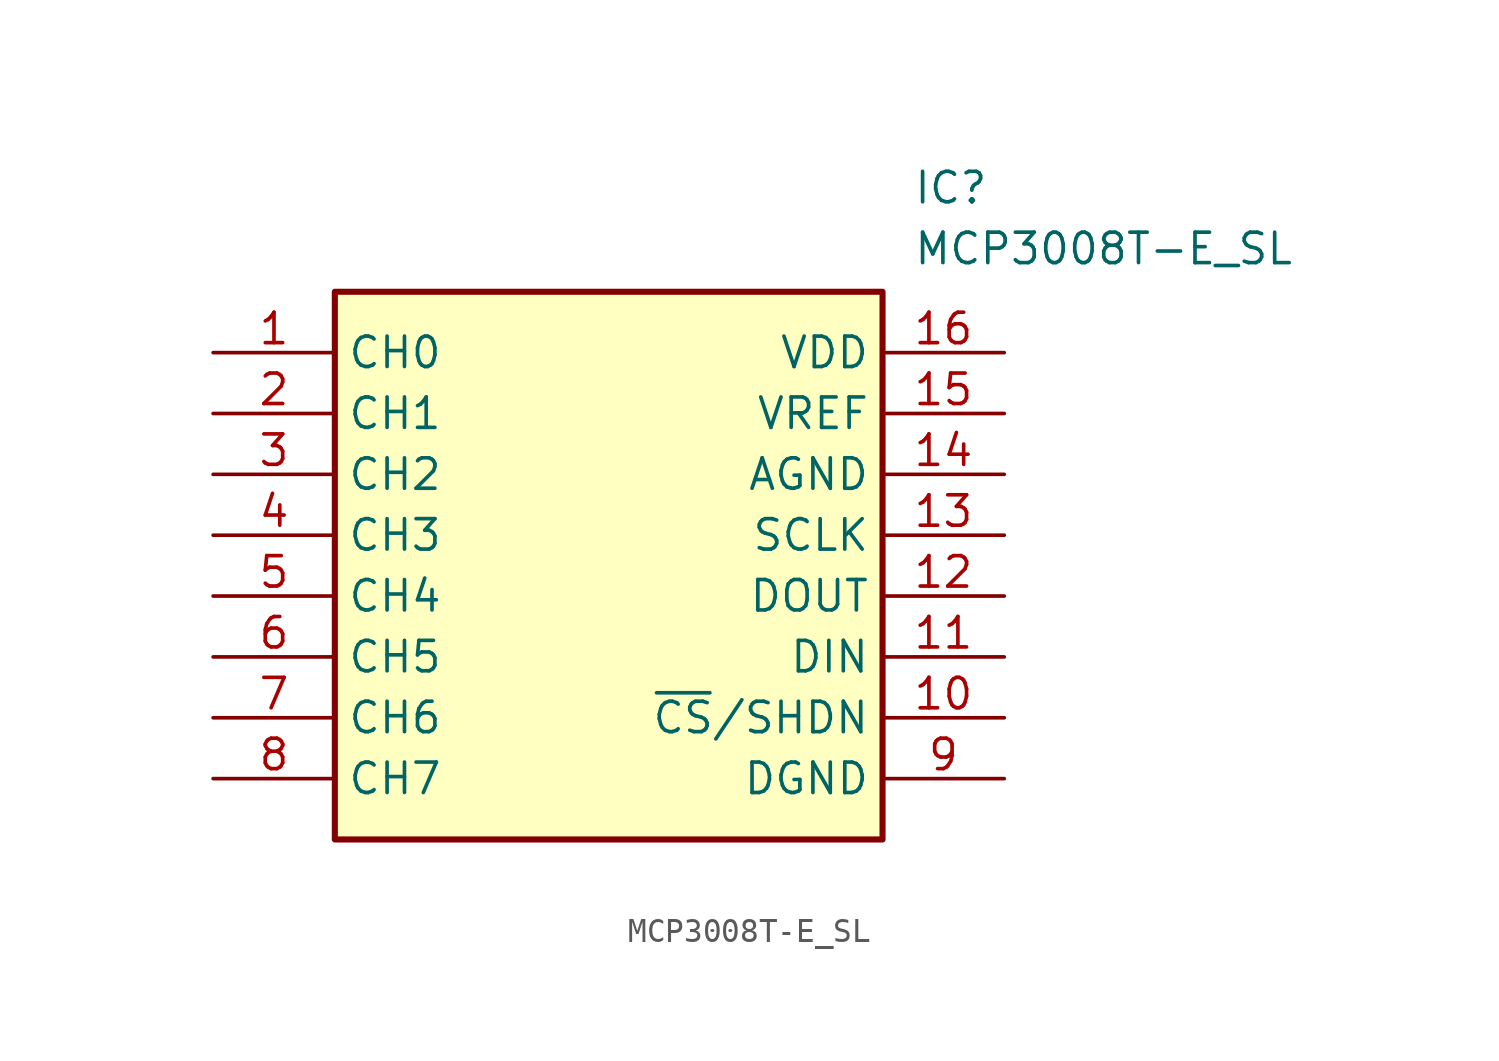
<source format=kicad_sym>
(kicad_symbol_lib
  (version 20211014)
  (generator SamacSys_ECAD_Model)
  (symbol "MCP3008T-E_SL"
    (property "Reference" "IC"
      (at 29.21 7.62 0)
      (effects (font (size 1.27 1.27)) (justify left top)))
    (property "Value" "MCP3008T-E_SL"
      (at 29.21 5.08 0)
      (effects (font (size 1.27 1.27)) (justify left top)))
    (rectangle
      (start 5.08 2.54)
      (end 27.94 -20.32)
      (stroke (width 0.254) (type default))
      (fill (type background)))
    (pin passive line
      (at 0 0 0)
      (length 5.08)
      (name "CH0" (effects (font (size 1.27 1.27))))
      (number "1" (effects (font (size 1.27 1.27)))))
    (pin passive line
      (at 0 -2.54 0)
      (length 5.08)
      (name "CH1" (effects (font (size 1.27 1.27))))
      (number "2" (effects (font (size 1.27 1.27)))))
    (pin passive line
      (at 0 -5.08 0)
      (length 5.08)
      (name "CH2" (effects (font (size 1.27 1.27))))
      (number "3" (effects (font (size 1.27 1.27)))))
    (pin passive line
      (at 0 -7.62 0)
      (length 5.08)
      (name "CH3" (effects (font (size 1.27 1.27))))
      (number "4" (effects (font (size 1.27 1.27)))))
    (pin passive line
      (at 0 -10.16 0)
      (length 5.08)
      (name "CH4" (effects (font (size 1.27 1.27))))
      (number "5" (effects (font (size 1.27 1.27)))))
    (pin passive line
      (at 0 -12.7 0)
      (length 5.08)
      (name "CH5" (effects (font (size 1.27 1.27))))
      (number "6" (effects (font (size 1.27 1.27)))))
    (pin passive line
      (at 0 -15.24 0)
      (length 5.08)
      (name "CH6" (effects (font (size 1.27 1.27))))
      (number "7" (effects (font (size 1.27 1.27)))))
    (pin passive line
      (at 0 -17.78 0)
      (length 5.08)
      (name "CH7" (effects (font (size 1.27 1.27))))
      (number "8" (effects (font (size 1.27 1.27)))))
    (pin passive line
      (at 33.02 0 180)
      (length 5.08)
      (name "VDD" (effects (font (size 1.27 1.27))))
      (number "16" (effects (font (size 1.27 1.27)))))
    (pin passive line
      (at 33.02 -2.54 180)
      (length 5.08)
      (name "VREF" (effects (font (size 1.27 1.27))))
      (number "15" (effects (font (size 1.27 1.27)))))
    (pin passive line
      (at 33.02 -5.08 180)
      (length 5.08)
      (name "AGND" (effects (font (size 1.27 1.27))))
      (number "14" (effects (font (size 1.27 1.27)))))
    (pin passive line
      (at 33.02 -7.62 180)
      (length 5.08)
      (name "SCLK" (effects (font (size 1.27 1.27))))
      (number "13" (effects (font (size 1.27 1.27)))))
    (pin passive line
      (at 33.02 -10.16 180)
      (length 5.08)
      (name "DOUT" (effects (font (size 1.27 1.27))))
      (number "12" (effects (font (size 1.27 1.27)))))
    (pin passive line
      (at 33.02 -12.7 180)
      (length 5.08)
      (name "DIN" (effects (font (size 1.27 1.27))))
      (number "11" (effects (font (size 1.27 1.27)))))
    (pin passive line
      (at 33.02 -15.24 180)
      (length 5.08)
      (name "~{CS}/SHDN" (effects (font (size 1.27 1.27))))
      (number "10" (effects (font (size 1.27 1.27)))))
    (pin passive line
      (at 33.02 -17.78 180)
      (length 5.08)
      (name "DGND" (effects (font (size 1.27 1.27))))
      (number "9" (effects (font (size 1.27 1.27)))))))
</source>
